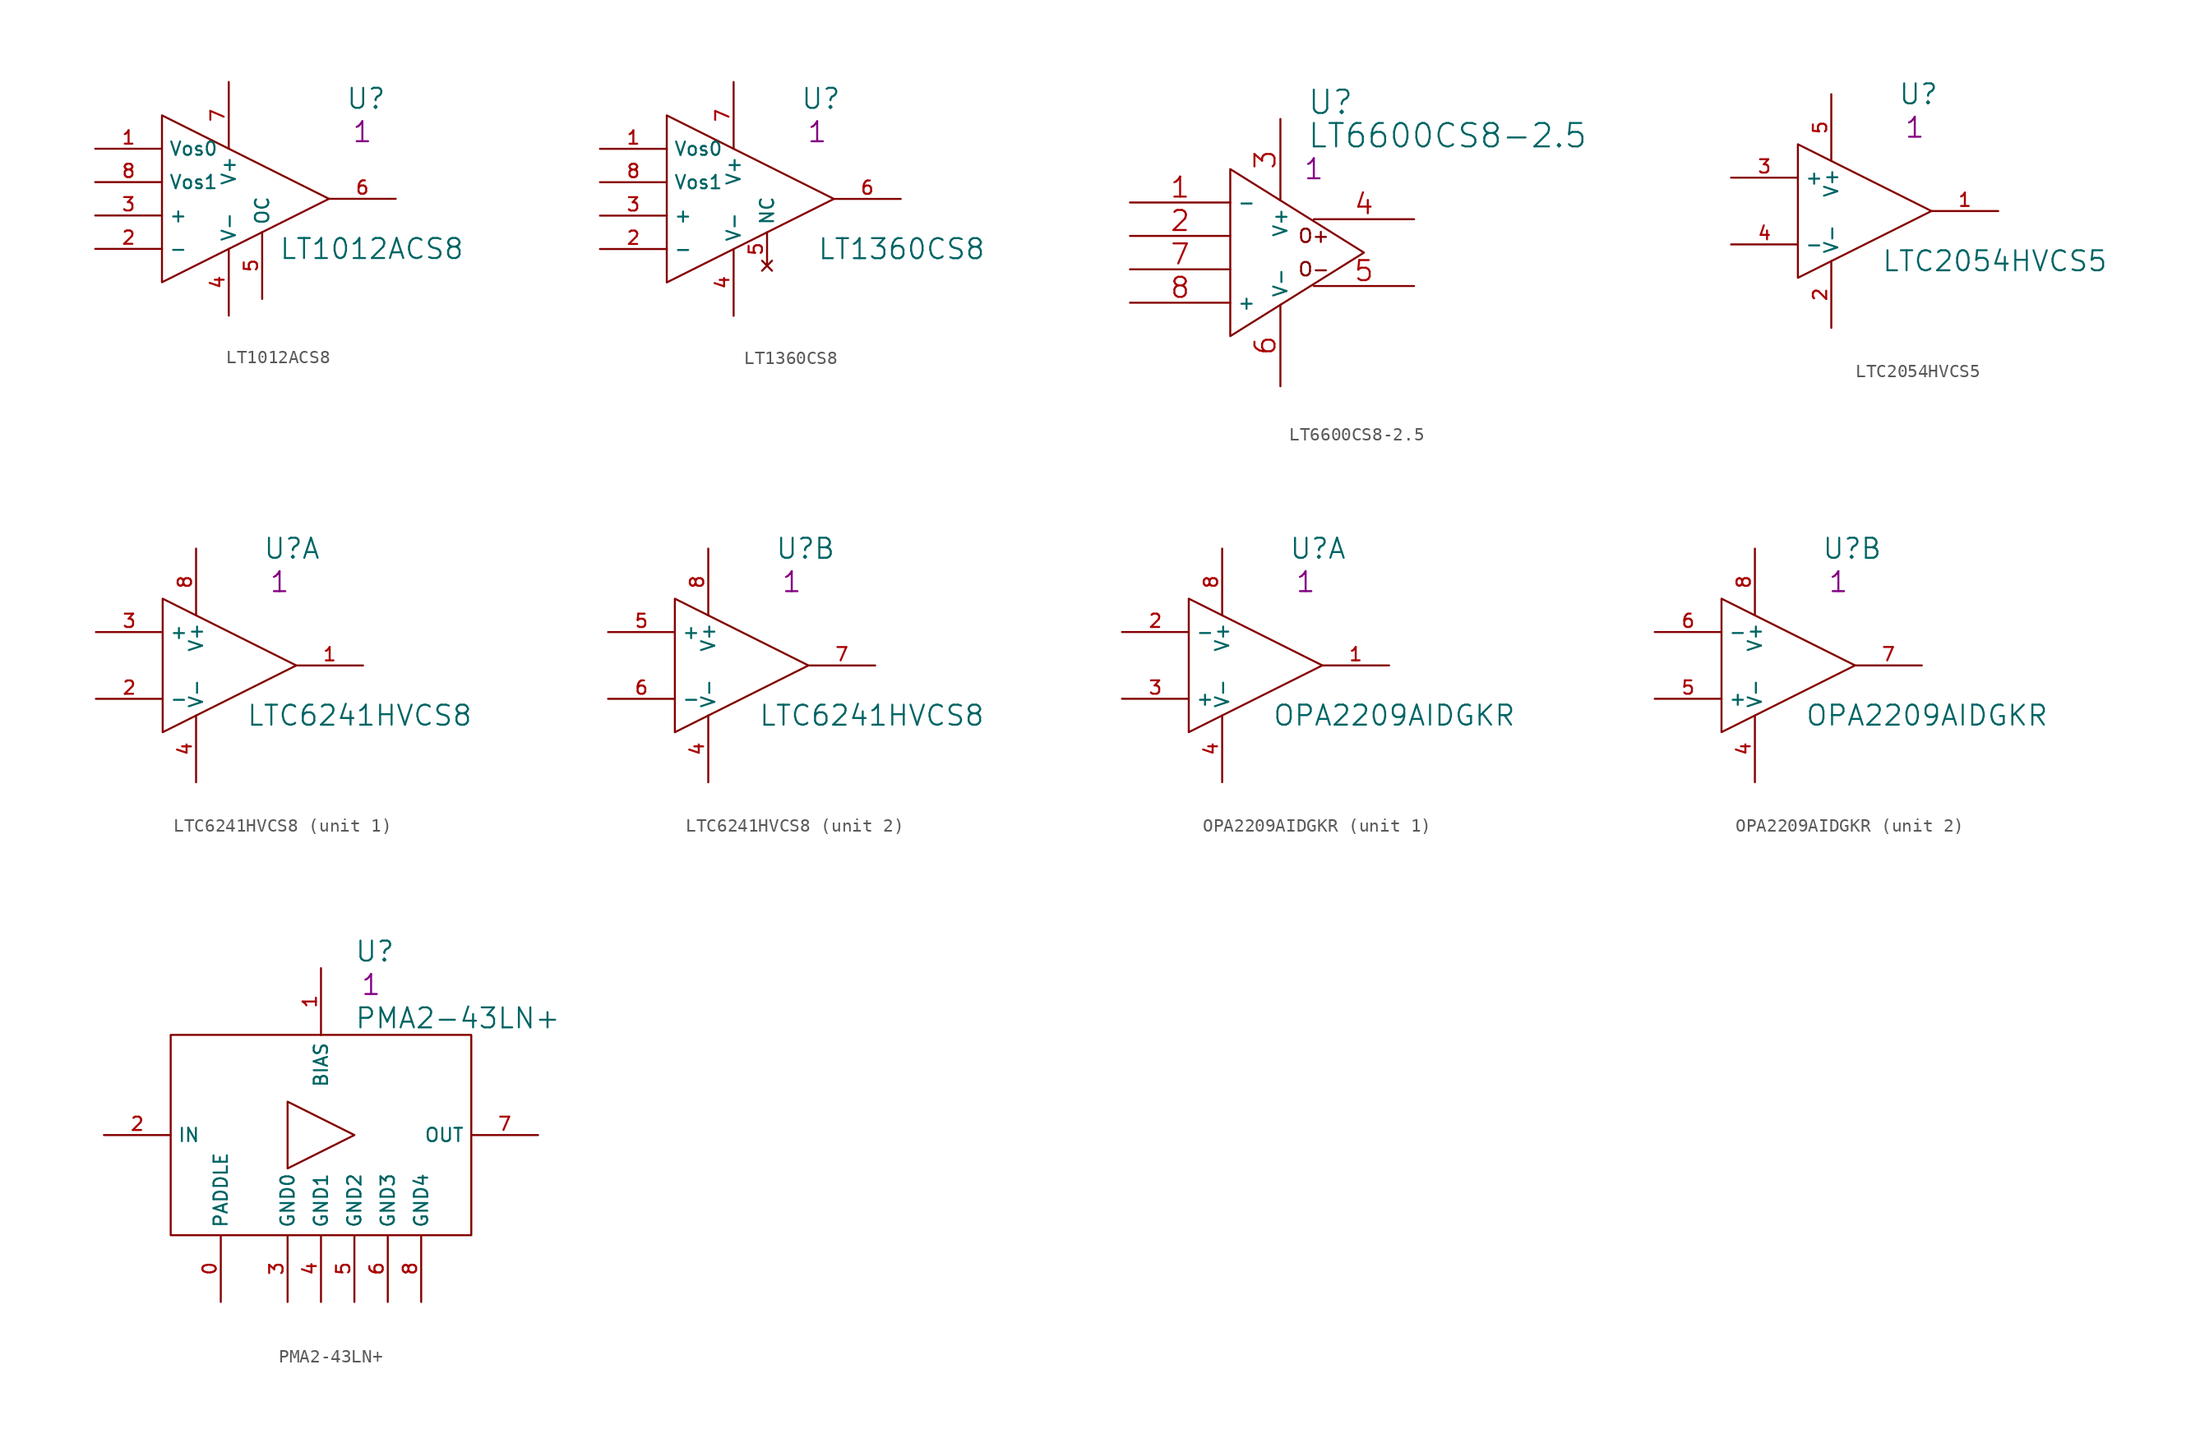
<source format=kicad_sym>
(kicad_symbol_lib
  (version 20201005)
  (generator kicad_symbol_editor)
  (symbol "S_Analogs_OPA:LT1012ACS8"
    (property "Reference" "U"
      (at 6.35 7.62 0)
      (effects (font (size 1.524 1.524)) (justify left)))
    (property "Value" "LT1012ACS8"
      (at 1.27 -3.81 0)
      (effects (font (size 1.524 1.524)) (justify left)))
    (property "Qty" "1"
      (at 7.62 5.08 0)
      (effects (font (size 1.524 1.524))))
    (symbol "LT1012ACS8_0_1"
      (polyline (pts (xy -7.62 6.35) (xy 5.08 0) (xy -7.62 -6.35) (xy -7.62 6.35)) (stroke (width 0.152)) (fill (type none))))
    (symbol "LT1012ACS8_1_1"
      (pin input line (at -12.7 3.81 0) (length 5.08) (name "Vos0" (effects (font (size 1.016 1.016)))) (number "1" (effects (font (size 1.016 1.016)))))
      (pin input line (at -12.7 -3.81 0) (length 5.08) (name "-" (effects (font (size 1.016 1.016)))) (number "2" (effects (font (size 1.016 1.016)))))
      (pin input line (at -12.7 -1.27 0) (length 5.08) (name "+" (effects (font (size 1.016 1.016)))) (number "3" (effects (font (size 1.016 1.016)))))
      (pin power_in line (at -2.54 -8.89 90) (length 5.08) (name "V-" (effects (font (size 1.016 1.016)))) (number "4" (effects (font (size 1.016 1.016)))))
      (pin input line (at 0 -7.62 90) (length 5.08) (name "OC" (effects (font (size 1.016 1.016)))) (number "5" (effects (font (size 1.016 1.016)))))
      (pin output line (at 10.16 0 180) (length 5.08) (name "~" (effects (font (size 1.016 1.016)))) (number "6" (effects (font (size 1.016 1.016)))))
      (pin power_in line (at -2.54 8.89 270) (length 5.08) (name "V+" (effects (font (size 1.016 1.016)))) (number "7" (effects (font (size 1.016 1.016)))))
      (pin input line (at -12.7 1.27 0) (length 5.08) (name "Vos1" (effects (font (size 1.016 1.016)))) (number "8" (effects (font (size 1.016 1.016)))))))
  (symbol "S_Analogs_OPA:LT1360CS8"
    (property "Reference" "U"
      (at 2.54 7.62 0)
      (effects (font (size 1.524 1.524)) (justify left)))
    (property "Value" "LT1360CS8"
      (at 3.81 -3.81 0)
      (effects (font (size 1.524 1.524)) (justify left)))
    (property "Qty" "1"
      (at 3.81 5.08 0)
      (effects (font (size 1.524 1.524))))
    (symbol "LT1360CS8_0_1"
      (polyline (pts (xy -7.62 6.35) (xy 5.08 0) (xy -7.62 -6.35) (xy -7.62 6.35)) (stroke (width 0.152)) (fill (type none))))
    (symbol "LT1360CS8_1_1"
      (pin input line (at -12.7 3.81 0) (length 5.08) (name "Vos0" (effects (font (size 1.016 1.016)))) (number "1" (effects (font (size 1.016 1.016)))))
      (pin input line (at -12.7 -3.81 0) (length 5.08) (name "-" (effects (font (size 1.016 1.016)))) (number "2" (effects (font (size 1.016 1.016)))))
      (pin input line (at -12.7 -1.27 0) (length 5.08) (name "+" (effects (font (size 1.016 1.016)))) (number "3" (effects (font (size 1.016 1.016)))))
      (pin power_in line (at -2.54 -8.89 90) (length 5.08) (name "V-" (effects (font (size 1.016 1.016)))) (number "4" (effects (font (size 1.016 1.016)))))
      (pin no_connect line (at 0 -5.08 90) (length 2.54) (name "NC" (effects (font (size 1.016 1.016)))) (number "5" (effects (font (size 1.016 1.016)))))
      (pin output line (at 10.16 0 180) (length 5.08) (name "~" (effects (font (size 1.016 1.016)))) (number "6" (effects (font (size 1.016 1.016)))))
      (pin power_in line (at -2.54 8.89 270) (length 5.08) (name "V+" (effects (font (size 1.016 1.016)))) (number "7" (effects (font (size 1.016 1.016)))))
      (pin input line (at -12.7 1.27 0) (length 5.08) (name "Vos1" (effects (font (size 1.016 1.016)))) (number "8" (effects (font (size 1.016 1.016)))))))
  (symbol "S_Analogs_OPA:LT6600CS8-2.5"
    (property "Reference" "U"
      (at 15.24 7.62 0)
      (effects (font (size 1.778 1.778))))
    (property "Value" "LT6600CS8-2.5"
      (at 24.13 5.08 0)
      (effects (font (size 1.778 1.778))))
    (property "Datasheet" ""
      (at 12.7 -3.81 0)
      (effects (font (size 1.524 1.524))))
    (property "Qty" "1"
      (at 13.97 2.54 0)
      (effects (font (size 1.524 1.524))))
    (symbol "LT6600CS8-2.5_0_0"
      (text "O+" (at 13.97 -2.54 0) (effects (font (size 1.016 1.016))))
      (text "O-" (at 13.97 -5.08 0) (effects (font (size 1.016 1.016)))))
    (symbol "LT6600CS8-2.5_0_1"
      (polyline (pts (xy 17.78 -3.81) (xy 7.62 -10.16) (xy 7.62 2.54) (xy 17.78 -3.81)) (stroke (width 0)) (fill (type none))))
    (symbol "LT6600CS8-2.5_1_1"
      (pin input line (at 0 0 0) (length 7.62) (name "-" (effects (font (size 1.016 1.016)))) (number "1" (effects (font (size 1.524 1.524)))))
      (pin input line (at 0 -2.54 0) (length 7.62) (name "~" (effects (font (size 1.016 1.016)))) (number "2" (effects (font (size 1.524 1.524)))))
      (pin power_in line (at 11.43 6.35 270) (length 6.198) (name "V+" (effects (font (size 1.016 1.016)))) (number "3" (effects (font (size 1.524 1.524)))))
      (pin output line (at 21.59 -1.27 180) (length 7.62) (name "~" (effects (font (size 1.016 1.016)))) (number "4" (effects (font (size 1.524 1.524)))))
      (pin output line (at 21.59 -6.35 180) (length 7.62) (name "~" (effects (font (size 1.016 1.016)))) (number "5" (effects (font (size 1.524 1.524)))))
      (pin power_in line (at 11.43 -13.97 90) (length 6.198) (name "V-" (effects (font (size 1.016 1.016)))) (number "6" (effects (font (size 1.524 1.524)))))
      (pin input line (at 0 -5.08 0) (length 7.62) (name "~" (effects (font (size 1.016 1.016)))) (number "7" (effects (font (size 1.524 1.524)))))
      (pin input line (at 0 -7.62 0) (length 7.62) (name "+" (effects (font (size 1.016 1.016)))) (number "8" (effects (font (size 1.524 1.524)))))))
  (symbol "S_Analogs_OPA:LTC2054HVCS5"
    (property "Reference" "U"
      (at 2.54 8.89 0)
      (effects (font (size 1.524 1.524)) (justify left)))
    (property "Value" "LTC2054HVCS5"
      (at 1.27 -3.81 0)
      (effects (font (size 1.524 1.524)) (justify left)))
    (property "Qty" "1"
      (at 3.81 6.35 0)
      (effects (font (size 1.524 1.524))))
    (symbol "LTC2054HVCS5_0_1"
      (polyline (pts (xy -5.08 5.08) (xy 5.08 0) (xy -5.08 -5.08) (xy -5.08 5.08)) (stroke (width 0.152)) (fill (type none)))
      (pin power_in line (at -2.54 -8.89 90) (length 5.08) (name "V-" (effects (font (size 1.016 1.016)))) (number "2" (effects (font (size 1.016 1.016)))))
      (pin power_in line (at -2.54 8.89 270) (length 5.08) (name "V+" (effects (font (size 1.016 1.016)))) (number "5" (effects (font (size 1.016 1.016))))))
    (symbol "LTC2054HVCS5_1_1"
      (pin output line (at 10.16 0 180) (length 5.08) (name "~" (effects (font (size 1.016 1.016)))) (number "1" (effects (font (size 1.016 1.016)))))
      (pin input line (at -10.16 2.54 0) (length 5.08) (name "+" (effects (font (size 1.016 1.016)))) (number "3" (effects (font (size 1.016 1.016)))))
      (pin input line (at -10.16 -2.54 0) (length 5.08) (name "-" (effects (font (size 1.016 1.016)))) (number "4" (effects (font (size 1.016 1.016)))))))
  (symbol "S_Analogs_OPA:LTC6241HVCS8"
    (property "Reference" "U"
      (at 2.54 8.89 0)
      (effects (font (size 1.524 1.524)) (justify left)))
    (property "Value" "LTC6241HVCS8"
      (at 1.27 -3.81 0)
      (effects (font (size 1.524 1.524)) (justify left)))
    (property "Qty" "1"
      (at 3.81 6.35 0)
      (effects (font (size 1.524 1.524))))
    (symbol "LTC6241HVCS8_0_1"
      (polyline (pts (xy -5.08 5.08) (xy 5.08 0) (xy -5.08 -5.08) (xy -5.08 5.08)) (stroke (width 0.152)) (fill (type none)))
      (pin power_in line (at -2.54 -8.89 90) (length 5.08) (name "V-" (effects (font (size 1.016 1.016)))) (number "4" (effects (font (size 1.016 1.016)))))
      (pin power_in line (at -2.54 8.89 270) (length 5.08) (name "V+" (effects (font (size 1.016 1.016)))) (number "8" (effects (font (size 1.016 1.016))))))
    (symbol "LTC6241HVCS8_1_1"
      (pin output line (at 10.16 0 180) (length 5.08) (name "~" (effects (font (size 1.016 1.016)))) (number "1" (effects (font (size 1.016 1.016)))))
      (pin input line (at -10.16 -2.54 0) (length 5.08) (name "-" (effects (font (size 1.016 1.016)))) (number "2" (effects (font (size 1.016 1.016)))))
      (pin input line (at -10.16 2.54 0) (length 5.08) (name "+" (effects (font (size 1.016 1.016)))) (number "3" (effects (font (size 1.016 1.016))))))
    (symbol "LTC6241HVCS8_2_1"
      (pin input line (at -10.16 2.54 0) (length 5.08) (name "+" (effects (font (size 1.016 1.016)))) (number "5" (effects (font (size 1.016 1.016)))))
      (pin input line (at -10.16 -2.54 0) (length 5.08) (name "-" (effects (font (size 1.016 1.016)))) (number "6" (effects (font (size 1.016 1.016)))))
      (pin output line (at 10.16 0 180) (length 5.08) (name "~" (effects (font (size 1.016 1.016)))) (number "7" (effects (font (size 1.016 1.016)))))))
  (symbol "S_Analogs_OPA:OPA2209AIDGKR"
    (property "Reference" "U"
      (at 2.54 8.89 0)
      (effects (font (size 1.524 1.524)) (justify left)))
    (property "Value" "OPA2209AIDGKR"
      (at 1.27 -3.81 0)
      (effects (font (size 1.524 1.524)) (justify left)))
    (property "Qty" "1"
      (at 3.81 6.35 0)
      (effects (font (size 1.524 1.524))))
    (symbol "OPA2209AIDGKR_0_1"
      (polyline (pts (xy -5.08 5.08) (xy 5.08 0) (xy -5.08 -5.08) (xy -5.08 5.08)) (stroke (width 0.152)) (fill (type none)))
      (pin power_in line (at -2.54 -8.89 90) (length 5.08) (name "V-" (effects (font (size 1.016 1.016)))) (number "4" (effects (font (size 1.016 1.016)))))
      (pin power_in line (at -2.54 8.89 270) (length 5.08) (name "V+" (effects (font (size 1.016 1.016)))) (number "8" (effects (font (size 1.016 1.016))))))
    (symbol "OPA2209AIDGKR_1_1"
      (pin output line (at 10.16 0 180) (length 5.08) (name "~" (effects (font (size 1.016 1.016)))) (number "1" (effects (font (size 1.016 1.016)))))
      (pin input line (at -10.16 2.54 0) (length 5.08) (name "-" (effects (font (size 1.016 1.016)))) (number "2" (effects (font (size 1.016 1.016)))))
      (pin input line (at -10.16 -2.54 0) (length 5.08) (name "+" (effects (font (size 1.016 1.016)))) (number "3" (effects (font (size 1.016 1.016))))))
    (symbol "OPA2209AIDGKR_2_1"
      (pin input line (at -10.16 -2.54 0) (length 5.08) (name "+" (effects (font (size 1.016 1.016)))) (number "5" (effects (font (size 1.016 1.016)))))
      (pin input line (at -10.16 2.54 0) (length 5.08) (name "-" (effects (font (size 1.016 1.016)))) (number "6" (effects (font (size 1.016 1.016)))))
      (pin output line (at 10.16 0 180) (length 5.08) (name "~" (effects (font (size 1.016 1.016)))) (number "7" (effects (font (size 1.016 1.016)))))))
  (symbol "S_Analogs_OPA:PMA2-43LN+"
    (property "Reference" "U"
      (at 19.05 13.97 0)
      (effects (font (size 1.524 1.524)) (justify left)))
    (property "Value" "PMA2-43LN+"
      (at 19.05 8.89 0)
      (effects (font (size 1.524 1.524)) (justify left)))
    (property "Qty" "1"
      (at 20.32 11.43 0)
      (effects (font (size 1.524 1.524))))
    (symbol "PMA2-43LN+_0_1"
      (rectangle (start 5.08 7.62) (end 27.94 -7.62) (stroke (width 0)) (fill (type none)))
      (polyline (pts (xy 13.97 2.54) (xy 13.97 -2.54) (xy 19.05 0) (xy 13.97 2.54)) (stroke (width 0)) (fill (type none)))
      (pin power_in line (at 8.89 -12.7 90) (length 5.08) (name "PADDLE" (effects (font (size 1.016 1.016)))) (number "0" (effects (font (size 1.016 1.016)))))
      (pin power_in line (at 16.51 12.7 270) (length 5.08) (name "BIAS" (effects (font (size 1.016 1.016)))) (number "1" (effects (font (size 1.016 1.016))))))
    (symbol "PMA2-43LN+_1_1"
      (pin input line (at 0 0 0) (length 5.08) (name "IN" (effects (font (size 1.016 1.016)))) (number "2" (effects (font (size 1.016 1.016)))))
      (pin power_in line (at 13.97 -12.7 90) (length 5.08) (name "GND0" (effects (font (size 1.016 1.016)))) (number "3" (effects (font (size 1.016 1.016)))))
      (pin power_in line (at 16.51 -12.7 90) (length 5.08) (name "GND1" (effects (font (size 1.016 1.016)))) (number "4" (effects (font (size 1.016 1.016)))))
      (pin power_in line (at 19.05 -12.7 90) (length 5.08) (name "GND2" (effects (font (size 1.016 1.016)))) (number "5" (effects (font (size 1.016 1.016)))))
      (pin power_out line (at 21.59 -12.7 90) (length 5.08) (name "GND3" (effects (font (size 1.016 1.016)))) (number "6" (effects (font (size 1.016 1.016)))))
      (pin output line (at 33.02 0 180) (length 5.08) (name "OUT" (effects (font (size 1.016 1.016)))) (number "7" (effects (font (size 1.016 1.016)))))
      (pin power_in line (at 24.13 -12.7 90) (length 5.08) (name "GND4" (effects (font (size 1.016 1.016)))) (number "8" (effects (font (size 1.016 1.016))))))))
</source>
